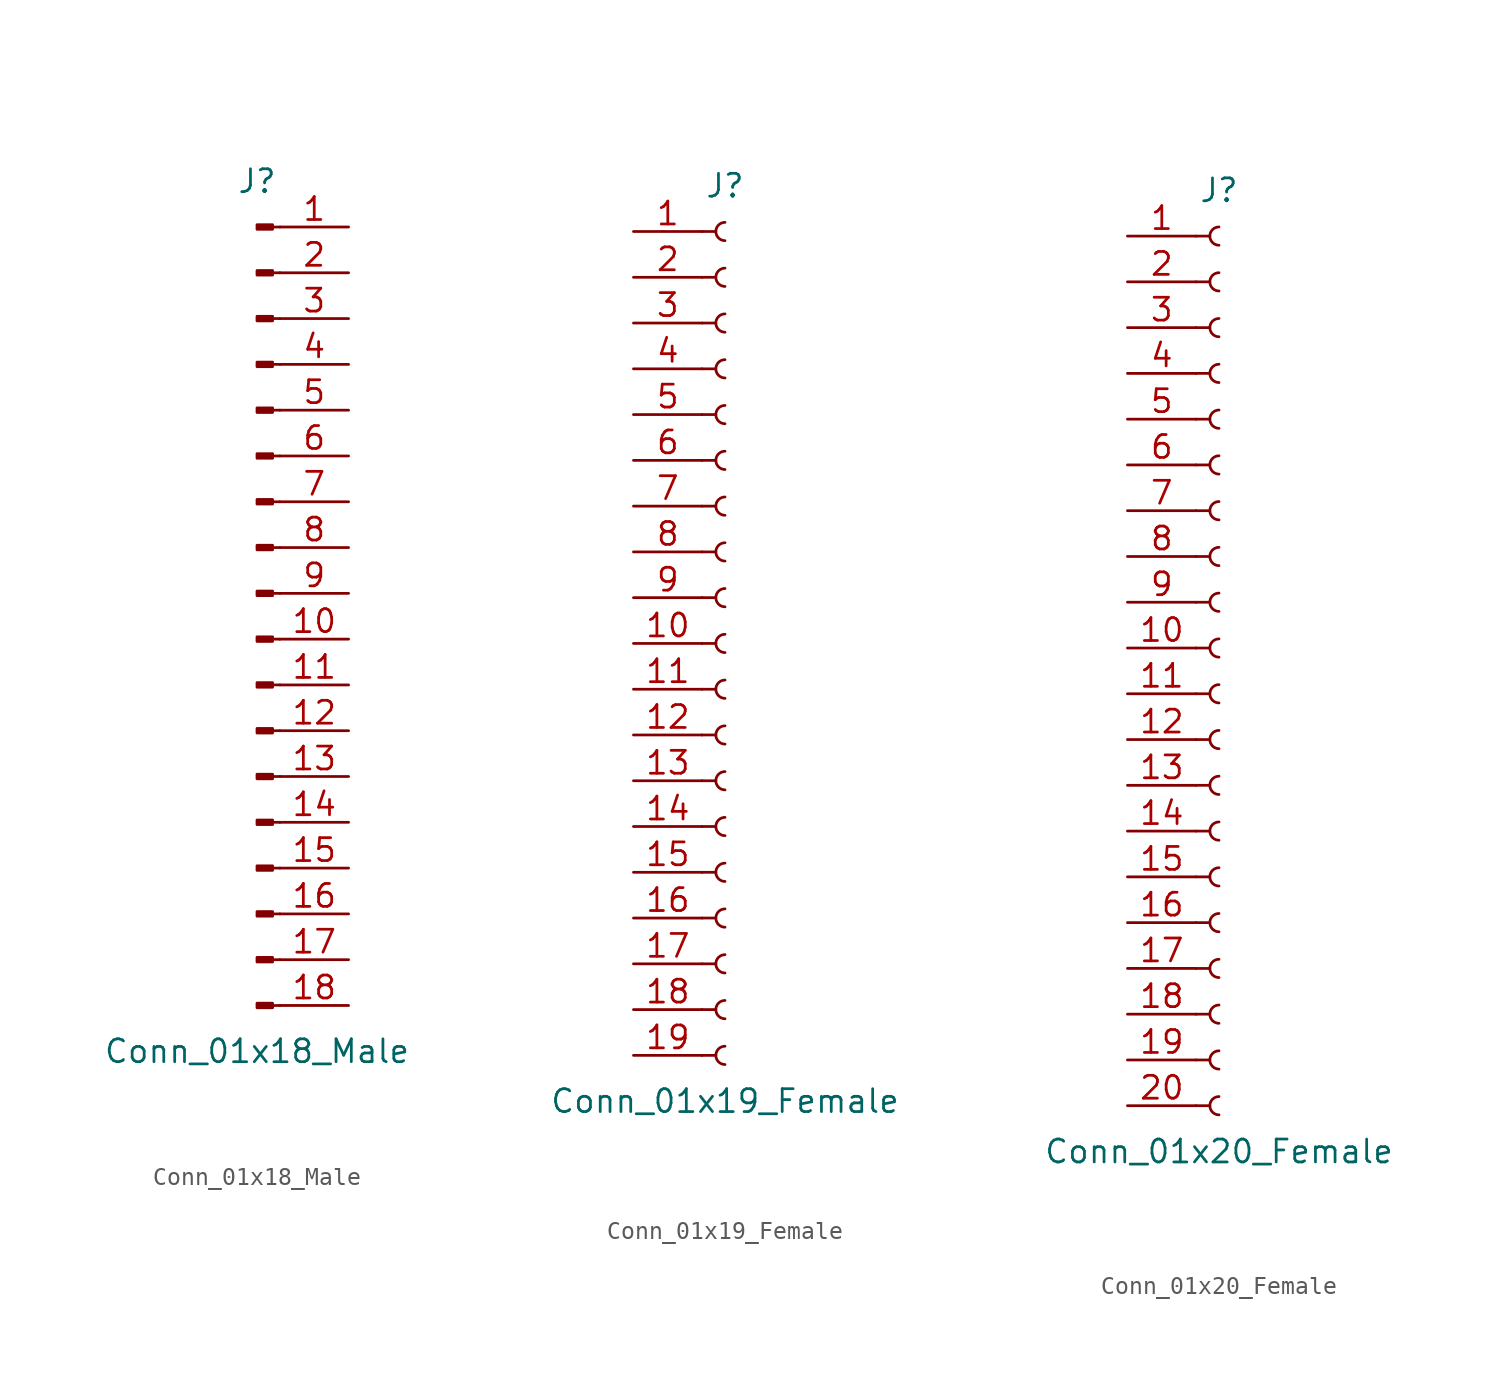
<source format=kicad_sym>
(kicad_symbol_lib
  (version 20201005)
  (generator kicad_symbol_editor)
  (symbol "Connector:Conn_01x18_Male"
    (pin_names
      (offset 1.016) hide)
    (property "Reference" "J"
      (at 0 22.86 0)
      (effects (font (size 1.27 1.27))))
    (property "Value" "Conn_01x18_Male"
      (at 0 -25.4 0)
      (effects (font (size 1.27 1.27))))
    (symbol "Conn_01x18_Male_1_1"
      (rectangle (start 0.864 -22.733) (end 0 -22.987) (stroke (width 0.152)) (fill (type outline)))
      (rectangle (start 0.864 -20.193) (end 0 -20.447) (stroke (width 0.152)) (fill (type outline)))
      (rectangle (start 0.864 -17.653) (end 0 -17.907) (stroke (width 0.152)) (fill (type outline)))
      (rectangle (start 0.864 -15.113) (end 0 -15.367) (stroke (width 0.152)) (fill (type outline)))
      (rectangle (start 0.864 -12.573) (end 0 -12.827) (stroke (width 0.152)) (fill (type outline)))
      (rectangle (start 0.864 -10.033) (end 0 -10.287) (stroke (width 0.152)) (fill (type outline)))
      (rectangle (start 0.864 -7.493) (end 0 -7.747) (stroke (width 0.152)) (fill (type outline)))
      (rectangle (start 0.864 -4.953) (end 0 -5.207) (stroke (width 0.152)) (fill (type outline)))
      (rectangle (start 0.864 -2.413) (end 0 -2.667) (stroke (width 0.152)) (fill (type outline)))
      (rectangle (start 0.864 0.127) (end 0 -0.127) (stroke (width 0.152)) (fill (type outline)))
      (rectangle (start 0.864 2.667) (end 0 2.413) (stroke (width 0.152)) (fill (type outline)))
      (rectangle (start 0.864 5.207) (end 0 4.953) (stroke (width 0.152)) (fill (type outline)))
      (rectangle (start 0.864 7.747) (end 0 7.493) (stroke (width 0.152)) (fill (type outline)))
      (rectangle (start 0.864 10.287) (end 0 10.033) (stroke (width 0.152)) (fill (type outline)))
      (rectangle (start 0.864 12.827) (end 0 12.573) (stroke (width 0.152)) (fill (type outline)))
      (rectangle (start 0.864 15.367) (end 0 15.113) (stroke (width 0.152)) (fill (type outline)))
      (rectangle (start 0.864 17.907) (end 0 17.653) (stroke (width 0.152)) (fill (type outline)))
      (rectangle (start 0.864 20.447) (end 0 20.193) (stroke (width 0.152)) (fill (type outline)))
      (polyline (pts (xy 1.27 -22.86) (xy 0.864 -22.86)) (stroke (width 0.152)) (fill (type none)))
      (polyline (pts (xy 1.27 -20.32) (xy 0.864 -20.32)) (stroke (width 0.152)) (fill (type none)))
      (polyline (pts (xy 1.27 -17.78) (xy 0.864 -17.78)) (stroke (width 0.152)) (fill (type none)))
      (polyline (pts (xy 1.27 -15.24) (xy 0.864 -15.24)) (stroke (width 0.152)) (fill (type none)))
      (polyline (pts (xy 1.27 -12.7) (xy 0.864 -12.7)) (stroke (width 0.152)) (fill (type none)))
      (polyline (pts (xy 1.27 -10.16) (xy 0.864 -10.16)) (stroke (width 0.152)) (fill (type none)))
      (polyline (pts (xy 1.27 -7.62) (xy 0.864 -7.62)) (stroke (width 0.152)) (fill (type none)))
      (polyline (pts (xy 1.27 -5.08) (xy 0.864 -5.08)) (stroke (width 0.152)) (fill (type none)))
      (polyline (pts (xy 1.27 -2.54) (xy 0.864 -2.54)) (stroke (width 0.152)) (fill (type none)))
      (polyline (pts (xy 1.27 0) (xy 0.864 0)) (stroke (width 0.152)) (fill (type none)))
      (polyline (pts (xy 1.27 2.54) (xy 0.864 2.54)) (stroke (width 0.152)) (fill (type none)))
      (polyline (pts (xy 1.27 5.08) (xy 0.864 5.08)) (stroke (width 0.152)) (fill (type none)))
      (polyline (pts (xy 1.27 7.62) (xy 0.864 7.62)) (stroke (width 0.152)) (fill (type none)))
      (polyline (pts (xy 1.27 10.16) (xy 0.864 10.16)) (stroke (width 0.152)) (fill (type none)))
      (polyline (pts (xy 1.27 12.7) (xy 0.864 12.7)) (stroke (width 0.152)) (fill (type none)))
      (polyline (pts (xy 1.27 15.24) (xy 0.864 15.24)) (stroke (width 0.152)) (fill (type none)))
      (polyline (pts (xy 1.27 17.78) (xy 0.864 17.78)) (stroke (width 0.152)) (fill (type none)))
      (polyline (pts (xy 1.27 20.32) (xy 0.864 20.32)) (stroke (width 0.152)) (fill (type none)))
      (pin passive line (at 5.08 20.32 180) (length 3.81) (name "Pin_1" (effects (font (size 1.27 1.27)))) (number "1" (effects (font (size 1.27 1.27)))))
      (pin passive line (at 5.08 -2.54 180) (length 3.81) (name "Pin_10" (effects (font (size 1.27 1.27)))) (number "10" (effects (font (size 1.27 1.27)))))
      (pin passive line (at 5.08 -5.08 180) (length 3.81) (name "Pin_11" (effects (font (size 1.27 1.27)))) (number "11" (effects (font (size 1.27 1.27)))))
      (pin passive line (at 5.08 -7.62 180) (length 3.81) (name "Pin_12" (effects (font (size 1.27 1.27)))) (number "12" (effects (font (size 1.27 1.27)))))
      (pin passive line (at 5.08 -10.16 180) (length 3.81) (name "Pin_13" (effects (font (size 1.27 1.27)))) (number "13" (effects (font (size 1.27 1.27)))))
      (pin passive line (at 5.08 -12.7 180) (length 3.81) (name "Pin_14" (effects (font (size 1.27 1.27)))) (number "14" (effects (font (size 1.27 1.27)))))
      (pin passive line (at 5.08 -15.24 180) (length 3.81) (name "Pin_15" (effects (font (size 1.27 1.27)))) (number "15" (effects (font (size 1.27 1.27)))))
      (pin passive line (at 5.08 -17.78 180) (length 3.81) (name "Pin_16" (effects (font (size 1.27 1.27)))) (number "16" (effects (font (size 1.27 1.27)))))
      (pin passive line (at 5.08 -20.32 180) (length 3.81) (name "Pin_17" (effects (font (size 1.27 1.27)))) (number "17" (effects (font (size 1.27 1.27)))))
      (pin passive line (at 5.08 -22.86 180) (length 3.81) (name "Pin_18" (effects (font (size 1.27 1.27)))) (number "18" (effects (font (size 1.27 1.27)))))
      (pin passive line (at 5.08 17.78 180) (length 3.81) (name "Pin_2" (effects (font (size 1.27 1.27)))) (number "2" (effects (font (size 1.27 1.27)))))
      (pin passive line (at 5.08 15.24 180) (length 3.81) (name "Pin_3" (effects (font (size 1.27 1.27)))) (number "3" (effects (font (size 1.27 1.27)))))
      (pin passive line (at 5.08 12.7 180) (length 3.81) (name "Pin_4" (effects (font (size 1.27 1.27)))) (number "4" (effects (font (size 1.27 1.27)))))
      (pin passive line (at 5.08 10.16 180) (length 3.81) (name "Pin_5" (effects (font (size 1.27 1.27)))) (number "5" (effects (font (size 1.27 1.27)))))
      (pin passive line (at 5.08 7.62 180) (length 3.81) (name "Pin_6" (effects (font (size 1.27 1.27)))) (number "6" (effects (font (size 1.27 1.27)))))
      (pin passive line (at 5.08 5.08 180) (length 3.81) (name "Pin_7" (effects (font (size 1.27 1.27)))) (number "7" (effects (font (size 1.27 1.27)))))
      (pin passive line (at 5.08 2.54 180) (length 3.81) (name "Pin_8" (effects (font (size 1.27 1.27)))) (number "8" (effects (font (size 1.27 1.27)))))
      (pin passive line (at 5.08 0 180) (length 3.81) (name "Pin_9" (effects (font (size 1.27 1.27)))) (number "9" (effects (font (size 1.27 1.27)))))))
  (symbol "Connector:Conn_01x19_Female"
    (pin_names
      (offset 1.016) hide)
    (property "Reference" "J"
      (at 0 25.4 0)
      (effects (font (size 1.27 1.27))))
    (property "Value" "Conn_01x19_Female"
      (at 0 -25.4 0)
      (effects (font (size 1.27 1.27))))
    (symbol "Conn_01x19_Female_1_1"
      (arc (start 0 -22.352) (end 0 -23.368) (radius (at 0 -22.86) (length 0.508) (angles 90.1 -90.1)) (stroke (width 0.1524)) (fill (type none)))
      (arc (start 0 -19.812) (end 0 -20.828) (radius (at 0 -20.32) (length 0.508) (angles 90.1 -90.1)) (stroke (width 0.1524)) (fill (type none)))
      (arc (start 0 -17.272) (end 0 -18.288) (radius (at 0 -17.78) (length 0.508) (angles 90.1 -90.1)) (stroke (width 0.1524)) (fill (type none)))
      (arc (start 0 -14.732) (end 0 -15.748) (radius (at 0 -15.24) (length 0.508) (angles 90.1 -90.1)) (stroke (width 0.1524)) (fill (type none)))
      (arc (start 0 -12.192) (end 0 -13.208) (radius (at 0 -12.7) (length 0.508) (angles 90.1 -90.1)) (stroke (width 0.1524)) (fill (type none)))
      (arc (start 0 -9.652) (end 0 -10.668) (radius (at 0 -10.16) (length 0.508) (angles 90.1 -90.1)) (stroke (width 0.1524)) (fill (type none)))
      (arc (start 0 -7.112) (end 0 -8.128) (radius (at 0 -7.62) (length 0.508) (angles 90.1 -90.1)) (stroke (width 0.1524)) (fill (type none)))
      (arc (start 0 -4.572) (end 0 -5.588) (radius (at 0 -5.08) (length 0.508) (angles 90.1 -90.1)) (stroke (width 0.1524)) (fill (type none)))
      (arc (start 0 -2.032) (end 0 -3.048) (radius (at 0 -2.54) (length 0.508) (angles 90.1 -90.1)) (stroke (width 0.1524)) (fill (type none)))
      (arc (start 0 0.508) (end 0 -0.508) (radius (at 0 0) (length 0.508) (angles 90.1 -90.1)) (stroke (width 0.1524)) (fill (type none)))
      (arc (start 0 3.048) (end 0 2.032) (radius (at 0 2.54) (length 0.508) (angles 90.1 -90.1)) (stroke (width 0.1524)) (fill (type none)))
      (arc (start 0 5.588) (end 0 4.572) (radius (at 0 5.08) (length 0.508) (angles 90.1 -90.1)) (stroke (width 0.1524)) (fill (type none)))
      (arc (start 0 8.128) (end 0 7.112) (radius (at 0 7.62) (length 0.508) (angles 90.1 -90.1)) (stroke (width 0.1524)) (fill (type none)))
      (arc (start 0 10.668) (end 0 9.652) (radius (at 0 10.16) (length 0.508) (angles 90.1 -90.1)) (stroke (width 0.1524)) (fill (type none)))
      (arc (start 0 13.208) (end 0 12.192) (radius (at 0 12.7) (length 0.508) (angles 90.1 -90.1)) (stroke (width 0.1524)) (fill (type none)))
      (arc (start 0 15.748) (end 0 14.732) (radius (at 0 15.24) (length 0.508) (angles 90.1 -90.1)) (stroke (width 0.1524)) (fill (type none)))
      (arc (start 0 18.288) (end 0 17.272) (radius (at 0 17.78) (length 0.508) (angles 90.1 -90.1)) (stroke (width 0.1524)) (fill (type none)))
      (arc (start 0 20.828) (end 0 19.812) (radius (at 0 20.32) (length 0.508) (angles 90.1 -90.1)) (stroke (width 0.1524)) (fill (type none)))
      (arc (start 0 23.368) (end 0 22.352) (radius (at 0 22.86) (length 0.508) (angles 90.1 -90.1)) (stroke (width 0.1524)) (fill (type none)))
      (polyline (pts (xy -1.27 -22.86) (xy -0.508 -22.86)) (stroke (width 0.152)) (fill (type none)))
      (polyline (pts (xy -1.27 -20.32) (xy -0.508 -20.32)) (stroke (width 0.152)) (fill (type none)))
      (polyline (pts (xy -1.27 -17.78) (xy -0.508 -17.78)) (stroke (width 0.152)) (fill (type none)))
      (polyline (pts (xy -1.27 -15.24) (xy -0.508 -15.24)) (stroke (width 0.152)) (fill (type none)))
      (polyline (pts (xy -1.27 -12.7) (xy -0.508 -12.7)) (stroke (width 0.152)) (fill (type none)))
      (polyline (pts (xy -1.27 -10.16) (xy -0.508 -10.16)) (stroke (width 0.152)) (fill (type none)))
      (polyline (pts (xy -1.27 -7.62) (xy -0.508 -7.62)) (stroke (width 0.152)) (fill (type none)))
      (polyline (pts (xy -1.27 -5.08) (xy -0.508 -5.08)) (stroke (width 0.152)) (fill (type none)))
      (polyline (pts (xy -1.27 -2.54) (xy -0.508 -2.54)) (stroke (width 0.152)) (fill (type none)))
      (polyline (pts (xy -1.27 0) (xy -0.508 0)) (stroke (width 0.152)) (fill (type none)))
      (polyline (pts (xy -1.27 2.54) (xy -0.508 2.54)) (stroke (width 0.152)) (fill (type none)))
      (polyline (pts (xy -1.27 5.08) (xy -0.508 5.08)) (stroke (width 0.152)) (fill (type none)))
      (polyline (pts (xy -1.27 7.62) (xy -0.508 7.62)) (stroke (width 0.152)) (fill (type none)))
      (polyline (pts (xy -1.27 10.16) (xy -0.508 10.16)) (stroke (width 0.152)) (fill (type none)))
      (polyline (pts (xy -1.27 12.7) (xy -0.508 12.7)) (stroke (width 0.152)) (fill (type none)))
      (polyline (pts (xy -1.27 15.24) (xy -0.508 15.24)) (stroke (width 0.152)) (fill (type none)))
      (polyline (pts (xy -1.27 17.78) (xy -0.508 17.78)) (stroke (width 0.152)) (fill (type none)))
      (polyline (pts (xy -1.27 20.32) (xy -0.508 20.32)) (stroke (width 0.152)) (fill (type none)))
      (polyline (pts (xy -1.27 22.86) (xy -0.508 22.86)) (stroke (width 0.152)) (fill (type none)))
      (pin passive line (at -5.08 22.86 0) (length 3.81) (name "Pin_1" (effects (font (size 1.27 1.27)))) (number "1" (effects (font (size 1.27 1.27)))))
      (pin passive line (at -5.08 0 0) (length 3.81) (name "Pin_10" (effects (font (size 1.27 1.27)))) (number "10" (effects (font (size 1.27 1.27)))))
      (pin passive line (at -5.08 -2.54 0) (length 3.81) (name "Pin_11" (effects (font (size 1.27 1.27)))) (number "11" (effects (font (size 1.27 1.27)))))
      (pin passive line (at -5.08 -5.08 0) (length 3.81) (name "Pin_12" (effects (font (size 1.27 1.27)))) (number "12" (effects (font (size 1.27 1.27)))))
      (pin passive line (at -5.08 -7.62 0) (length 3.81) (name "Pin_13" (effects (font (size 1.27 1.27)))) (number "13" (effects (font (size 1.27 1.27)))))
      (pin passive line (at -5.08 -10.16 0) (length 3.81) (name "Pin_14" (effects (font (size 1.27 1.27)))) (number "14" (effects (font (size 1.27 1.27)))))
      (pin passive line (at -5.08 -12.7 0) (length 3.81) (name "Pin_15" (effects (font (size 1.27 1.27)))) (number "15" (effects (font (size 1.27 1.27)))))
      (pin passive line (at -5.08 -15.24 0) (length 3.81) (name "Pin_16" (effects (font (size 1.27 1.27)))) (number "16" (effects (font (size 1.27 1.27)))))
      (pin passive line (at -5.08 -17.78 0) (length 3.81) (name "Pin_17" (effects (font (size 1.27 1.27)))) (number "17" (effects (font (size 1.27 1.27)))))
      (pin passive line (at -5.08 -20.32 0) (length 3.81) (name "Pin_18" (effects (font (size 1.27 1.27)))) (number "18" (effects (font (size 1.27 1.27)))))
      (pin passive line (at -5.08 -22.86 0) (length 3.81) (name "Pin_19" (effects (font (size 1.27 1.27)))) (number "19" (effects (font (size 1.27 1.27)))))
      (pin passive line (at -5.08 20.32 0) (length 3.81) (name "Pin_2" (effects (font (size 1.27 1.27)))) (number "2" (effects (font (size 1.27 1.27)))))
      (pin passive line (at -5.08 17.78 0) (length 3.81) (name "Pin_3" (effects (font (size 1.27 1.27)))) (number "3" (effects (font (size 1.27 1.27)))))
      (pin passive line (at -5.08 15.24 0) (length 3.81) (name "Pin_4" (effects (font (size 1.27 1.27)))) (number "4" (effects (font (size 1.27 1.27)))))
      (pin passive line (at -5.08 12.7 0) (length 3.81) (name "Pin_5" (effects (font (size 1.27 1.27)))) (number "5" (effects (font (size 1.27 1.27)))))
      (pin passive line (at -5.08 10.16 0) (length 3.81) (name "Pin_6" (effects (font (size 1.27 1.27)))) (number "6" (effects (font (size 1.27 1.27)))))
      (pin passive line (at -5.08 7.62 0) (length 3.81) (name "Pin_7" (effects (font (size 1.27 1.27)))) (number "7" (effects (font (size 1.27 1.27)))))
      (pin passive line (at -5.08 5.08 0) (length 3.81) (name "Pin_8" (effects (font (size 1.27 1.27)))) (number "8" (effects (font (size 1.27 1.27)))))
      (pin passive line (at -5.08 2.54 0) (length 3.81) (name "Pin_9" (effects (font (size 1.27 1.27)))) (number "9" (effects (font (size 1.27 1.27)))))))
  (symbol "Connector:Conn_01x20_Female"
    (pin_names
      (offset 1.016) hide)
    (property "Reference" "J"
      (at 0 25.4 0)
      (effects (font (size 1.27 1.27))))
    (property "Value" "Conn_01x20_Female"
      (at 0 -27.94 0)
      (effects (font (size 1.27 1.27))))
    (symbol "Conn_01x20_Female_1_1"
      (arc (start 0 -24.892) (end 0 -25.908) (radius (at 0 -25.4) (length 0.508) (angles 90.1 -90.1)) (stroke (width 0.1524)) (fill (type none)))
      (arc (start 0 -22.352) (end 0 -23.368) (radius (at 0 -22.86) (length 0.508) (angles 90.1 -90.1)) (stroke (width 0.1524)) (fill (type none)))
      (arc (start 0 -19.812) (end 0 -20.828) (radius (at 0 -20.32) (length 0.508) (angles 90.1 -90.1)) (stroke (width 0.1524)) (fill (type none)))
      (arc (start 0 -17.272) (end 0 -18.288) (radius (at 0 -17.78) (length 0.508) (angles 90.1 -90.1)) (stroke (width 0.1524)) (fill (type none)))
      (arc (start 0 -14.732) (end 0 -15.748) (radius (at 0 -15.24) (length 0.508) (angles 90.1 -90.1)) (stroke (width 0.1524)) (fill (type none)))
      (arc (start 0 -12.192) (end 0 -13.208) (radius (at 0 -12.7) (length 0.508) (angles 90.1 -90.1)) (stroke (width 0.1524)) (fill (type none)))
      (arc (start 0 -9.652) (end 0 -10.668) (radius (at 0 -10.16) (length 0.508) (angles 90.1 -90.1)) (stroke (width 0.1524)) (fill (type none)))
      (arc (start 0 -7.112) (end 0 -8.128) (radius (at 0 -7.62) (length 0.508) (angles 90.1 -90.1)) (stroke (width 0.1524)) (fill (type none)))
      (arc (start 0 -4.572) (end 0 -5.588) (radius (at 0 -5.08) (length 0.508) (angles 90.1 -90.1)) (stroke (width 0.1524)) (fill (type none)))
      (arc (start 0 -2.032) (end 0 -3.048) (radius (at 0 -2.54) (length 0.508) (angles 90.1 -90.1)) (stroke (width 0.1524)) (fill (type none)))
      (arc (start 0 0.508) (end 0 -0.508) (radius (at 0 0) (length 0.508) (angles 90.1 -90.1)) (stroke (width 0.1524)) (fill (type none)))
      (arc (start 0 3.048) (end 0 2.032) (radius (at 0 2.54) (length 0.508) (angles 90.1 -90.1)) (stroke (width 0.1524)) (fill (type none)))
      (arc (start 0 5.588) (end 0 4.572) (radius (at 0 5.08) (length 0.508) (angles 90.1 -90.1)) (stroke (width 0.1524)) (fill (type none)))
      (arc (start 0 8.128) (end 0 7.112) (radius (at 0 7.62) (length 0.508) (angles 90.1 -90.1)) (stroke (width 0.1524)) (fill (type none)))
      (arc (start 0 10.668) (end 0 9.652) (radius (at 0 10.16) (length 0.508) (angles 90.1 -90.1)) (stroke (width 0.1524)) (fill (type none)))
      (arc (start 0 13.208) (end 0 12.192) (radius (at 0 12.7) (length 0.508) (angles 90.1 -90.1)) (stroke (width 0.1524)) (fill (type none)))
      (arc (start 0 15.748) (end 0 14.732) (radius (at 0 15.24) (length 0.508) (angles 90.1 -90.1)) (stroke (width 0.1524)) (fill (type none)))
      (arc (start 0 18.288) (end 0 17.272) (radius (at 0 17.78) (length 0.508) (angles 90.1 -90.1)) (stroke (width 0.1524)) (fill (type none)))
      (arc (start 0 20.828) (end 0 19.812) (radius (at 0 20.32) (length 0.508) (angles 90.1 -90.1)) (stroke (width 0.1524)) (fill (type none)))
      (arc (start 0 23.368) (end 0 22.352) (radius (at 0 22.86) (length 0.508) (angles 90.1 -90.1)) (stroke (width 0.1524)) (fill (type none)))
      (polyline (pts (xy -1.27 -25.4) (xy -0.508 -25.4)) (stroke (width 0.152)) (fill (type none)))
      (polyline (pts (xy -1.27 -22.86) (xy -0.508 -22.86)) (stroke (width 0.152)) (fill (type none)))
      (polyline (pts (xy -1.27 -20.32) (xy -0.508 -20.32)) (stroke (width 0.152)) (fill (type none)))
      (polyline (pts (xy -1.27 -17.78) (xy -0.508 -17.78)) (stroke (width 0.152)) (fill (type none)))
      (polyline (pts (xy -1.27 -15.24) (xy -0.508 -15.24)) (stroke (width 0.152)) (fill (type none)))
      (polyline (pts (xy -1.27 -12.7) (xy -0.508 -12.7)) (stroke (width 0.152)) (fill (type none)))
      (polyline (pts (xy -1.27 -10.16) (xy -0.508 -10.16)) (stroke (width 0.152)) (fill (type none)))
      (polyline (pts (xy -1.27 -7.62) (xy -0.508 -7.62)) (stroke (width 0.152)) (fill (type none)))
      (polyline (pts (xy -1.27 -5.08) (xy -0.508 -5.08)) (stroke (width 0.152)) (fill (type none)))
      (polyline (pts (xy -1.27 -2.54) (xy -0.508 -2.54)) (stroke (width 0.152)) (fill (type none)))
      (polyline (pts (xy -1.27 0) (xy -0.508 0)) (stroke (width 0.152)) (fill (type none)))
      (polyline (pts (xy -1.27 2.54) (xy -0.508 2.54)) (stroke (width 0.152)) (fill (type none)))
      (polyline (pts (xy -1.27 5.08) (xy -0.508 5.08)) (stroke (width 0.152)) (fill (type none)))
      (polyline (pts (xy -1.27 7.62) (xy -0.508 7.62)) (stroke (width 0.152)) (fill (type none)))
      (polyline (pts (xy -1.27 10.16) (xy -0.508 10.16)) (stroke (width 0.152)) (fill (type none)))
      (polyline (pts (xy -1.27 12.7) (xy -0.508 12.7)) (stroke (width 0.152)) (fill (type none)))
      (polyline (pts (xy -1.27 15.24) (xy -0.508 15.24)) (stroke (width 0.152)) (fill (type none)))
      (polyline (pts (xy -1.27 17.78) (xy -0.508 17.78)) (stroke (width 0.152)) (fill (type none)))
      (polyline (pts (xy -1.27 20.32) (xy -0.508 20.32)) (stroke (width 0.152)) (fill (type none)))
      (polyline (pts (xy -1.27 22.86) (xy -0.508 22.86)) (stroke (width 0.152)) (fill (type none)))
      (pin passive line (at -5.08 22.86 0) (length 3.81) (name "Pin_1" (effects (font (size 1.27 1.27)))) (number "1" (effects (font (size 1.27 1.27)))))
      (pin passive line (at -5.08 0 0) (length 3.81) (name "Pin_10" (effects (font (size 1.27 1.27)))) (number "10" (effects (font (size 1.27 1.27)))))
      (pin passive line (at -5.08 -2.54 0) (length 3.81) (name "Pin_11" (effects (font (size 1.27 1.27)))) (number "11" (effects (font (size 1.27 1.27)))))
      (pin passive line (at -5.08 -5.08 0) (length 3.81) (name "Pin_12" (effects (font (size 1.27 1.27)))) (number "12" (effects (font (size 1.27 1.27)))))
      (pin passive line (at -5.08 -7.62 0) (length 3.81) (name "Pin_13" (effects (font (size 1.27 1.27)))) (number "13" (effects (font (size 1.27 1.27)))))
      (pin passive line (at -5.08 -10.16 0) (length 3.81) (name "Pin_14" (effects (font (size 1.27 1.27)))) (number "14" (effects (font (size 1.27 1.27)))))
      (pin passive line (at -5.08 -12.7 0) (length 3.81) (name "Pin_15" (effects (font (size 1.27 1.27)))) (number "15" (effects (font (size 1.27 1.27)))))
      (pin passive line (at -5.08 -15.24 0) (length 3.81) (name "Pin_16" (effects (font (size 1.27 1.27)))) (number "16" (effects (font (size 1.27 1.27)))))
      (pin passive line (at -5.08 -17.78 0) (length 3.81) (name "Pin_17" (effects (font (size 1.27 1.27)))) (number "17" (effects (font (size 1.27 1.27)))))
      (pin passive line (at -5.08 -20.32 0) (length 3.81) (name "Pin_18" (effects (font (size 1.27 1.27)))) (number "18" (effects (font (size 1.27 1.27)))))
      (pin passive line (at -5.08 -22.86 0) (length 3.81) (name "Pin_19" (effects (font (size 1.27 1.27)))) (number "19" (effects (font (size 1.27 1.27)))))
      (pin passive line (at -5.08 20.32 0) (length 3.81) (name "Pin_2" (effects (font (size 1.27 1.27)))) (number "2" (effects (font (size 1.27 1.27)))))
      (pin passive line (at -5.08 -25.4 0) (length 3.81) (name "Pin_20" (effects (font (size 1.27 1.27)))) (number "20" (effects (font (size 1.27 1.27)))))
      (pin passive line (at -5.08 17.78 0) (length 3.81) (name "Pin_3" (effects (font (size 1.27 1.27)))) (number "3" (effects (font (size 1.27 1.27)))))
      (pin passive line (at -5.08 15.24 0) (length 3.81) (name "Pin_4" (effects (font (size 1.27 1.27)))) (number "4" (effects (font (size 1.27 1.27)))))
      (pin passive line (at -5.08 12.7 0) (length 3.81) (name "Pin_5" (effects (font (size 1.27 1.27)))) (number "5" (effects (font (size 1.27 1.27)))))
      (pin passive line (at -5.08 10.16 0) (length 3.81) (name "Pin_6" (effects (font (size 1.27 1.27)))) (number "6" (effects (font (size 1.27 1.27)))))
      (pin passive line (at -5.08 7.62 0) (length 3.81) (name "Pin_7" (effects (font (size 1.27 1.27)))) (number "7" (effects (font (size 1.27 1.27)))))
      (pin passive line (at -5.08 5.08 0) (length 3.81) (name "Pin_8" (effects (font (size 1.27 1.27)))) (number "8" (effects (font (size 1.27 1.27)))))
      (pin passive line (at -5.08 2.54 0) (length 3.81) (name "Pin_9" (effects (font (size 1.27 1.27)))) (number "9" (effects (font (size 1.27 1.27))))))))
</source>
